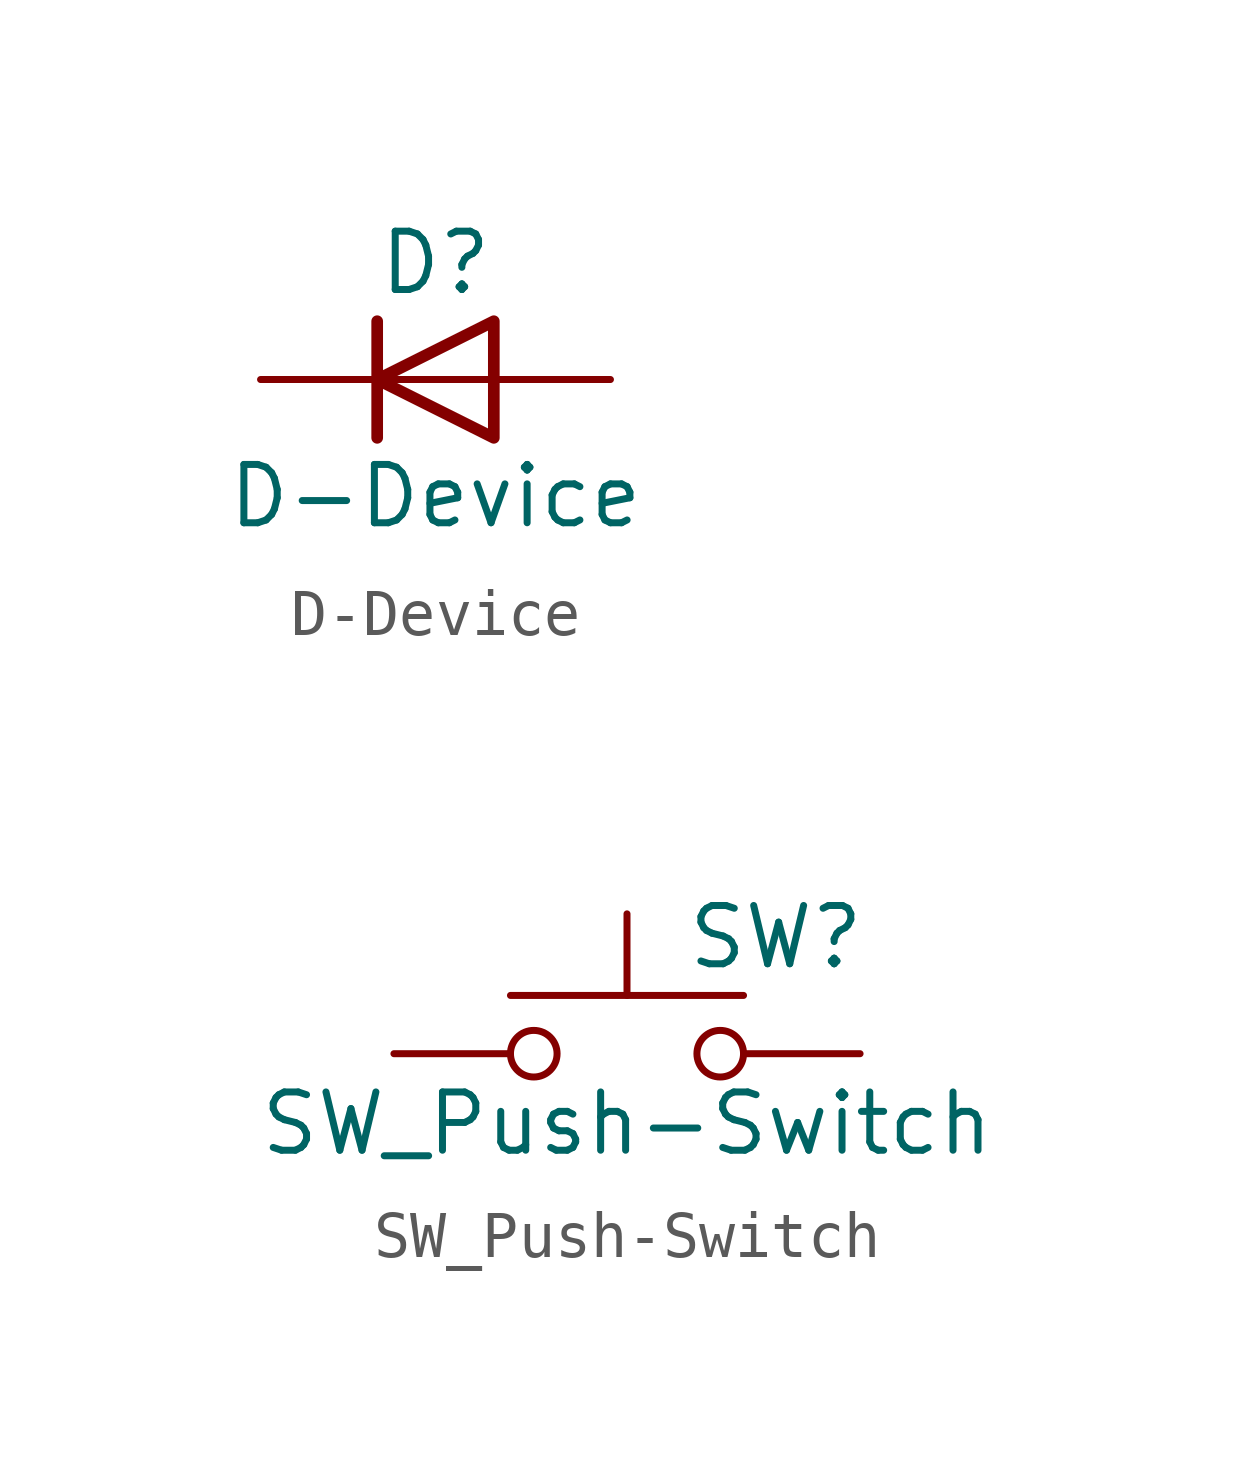
<source format=kicad_sym>
(kicad_symbol_lib
  (version 20201005)
  (generator kicad_symbol_editor)
  (symbol "D-Device"
    (pin_numbers hide)
    (pin_names
      (offset 1.016) hide)
    (property "Reference" "D"
      (at 0 2.54 0)
      (effects (font (size 1.27 1.27))))
    (property "Value" "D-Device"
      (at 0 -2.54 0)
      (effects (font (size 1.27 1.27))))
    (symbol "D-Device_0_1"
      (polyline (pts (xy -1.27 1.27) (xy -1.27 -1.27)) (stroke (width 0.254)) (fill (type none)))
      (polyline (pts (xy 1.27 0) (xy -1.27 0)) (stroke (width 0)) (fill (type none)))
      (polyline (pts (xy 1.27 1.27) (xy 1.27 -1.27) (xy -1.27 0) (xy 1.27 1.27)) (stroke (width 0.254)) (fill (type none))))
    (symbol "D-Device_1_1"
      (pin passive line (at -3.81 0 0) (length 2.54) (name "K" (effects (font (size 1.27 1.27)))) (number "1" (effects (font (size 1.27 1.27)))))
      (pin passive line (at 3.81 0 180) (length 2.54) (name "A" (effects (font (size 1.27 1.27)))) (number "2" (effects (font (size 1.27 1.27)))))))
  (symbol "SW_Push-Switch"
    (pin_numbers hide)
    (pin_names
      (offset 1.016) hide)
    (property "Reference" "SW"
      (at 1.27 2.54 0)
      (effects (font (size 1.27 1.27)) (justify left)))
    (property "Value" "SW_Push-Switch"
      (at 0 -1.524 0)
      (effects (font (size 1.27 1.27))))
    (symbol "SW_Push-Switch_0_1"
      (circle (center -2.032 0) (radius 0.508) (stroke (width 0)) (fill (type none)))
      (circle (center 2.032 0) (radius 0.508) (stroke (width 0)) (fill (type none)))
      (polyline (pts (xy 0 1.27) (xy 0 3.048)) (stroke (width 0)) (fill (type none)))
      (polyline (pts (xy 2.54 1.27) (xy -2.54 1.27)) (stroke (width 0)) (fill (type none)))
      (pin passive line (at -5.08 0 0) (length 2.54) (name "1" (effects (font (size 1.27 1.27)))) (number "1" (effects (font (size 1.27 1.27)))))
      (pin passive line (at 5.08 0 180) (length 2.54) (name "2" (effects (font (size 1.27 1.27)))) (number "2" (effects (font (size 1.27 1.27))))))))
</source>
